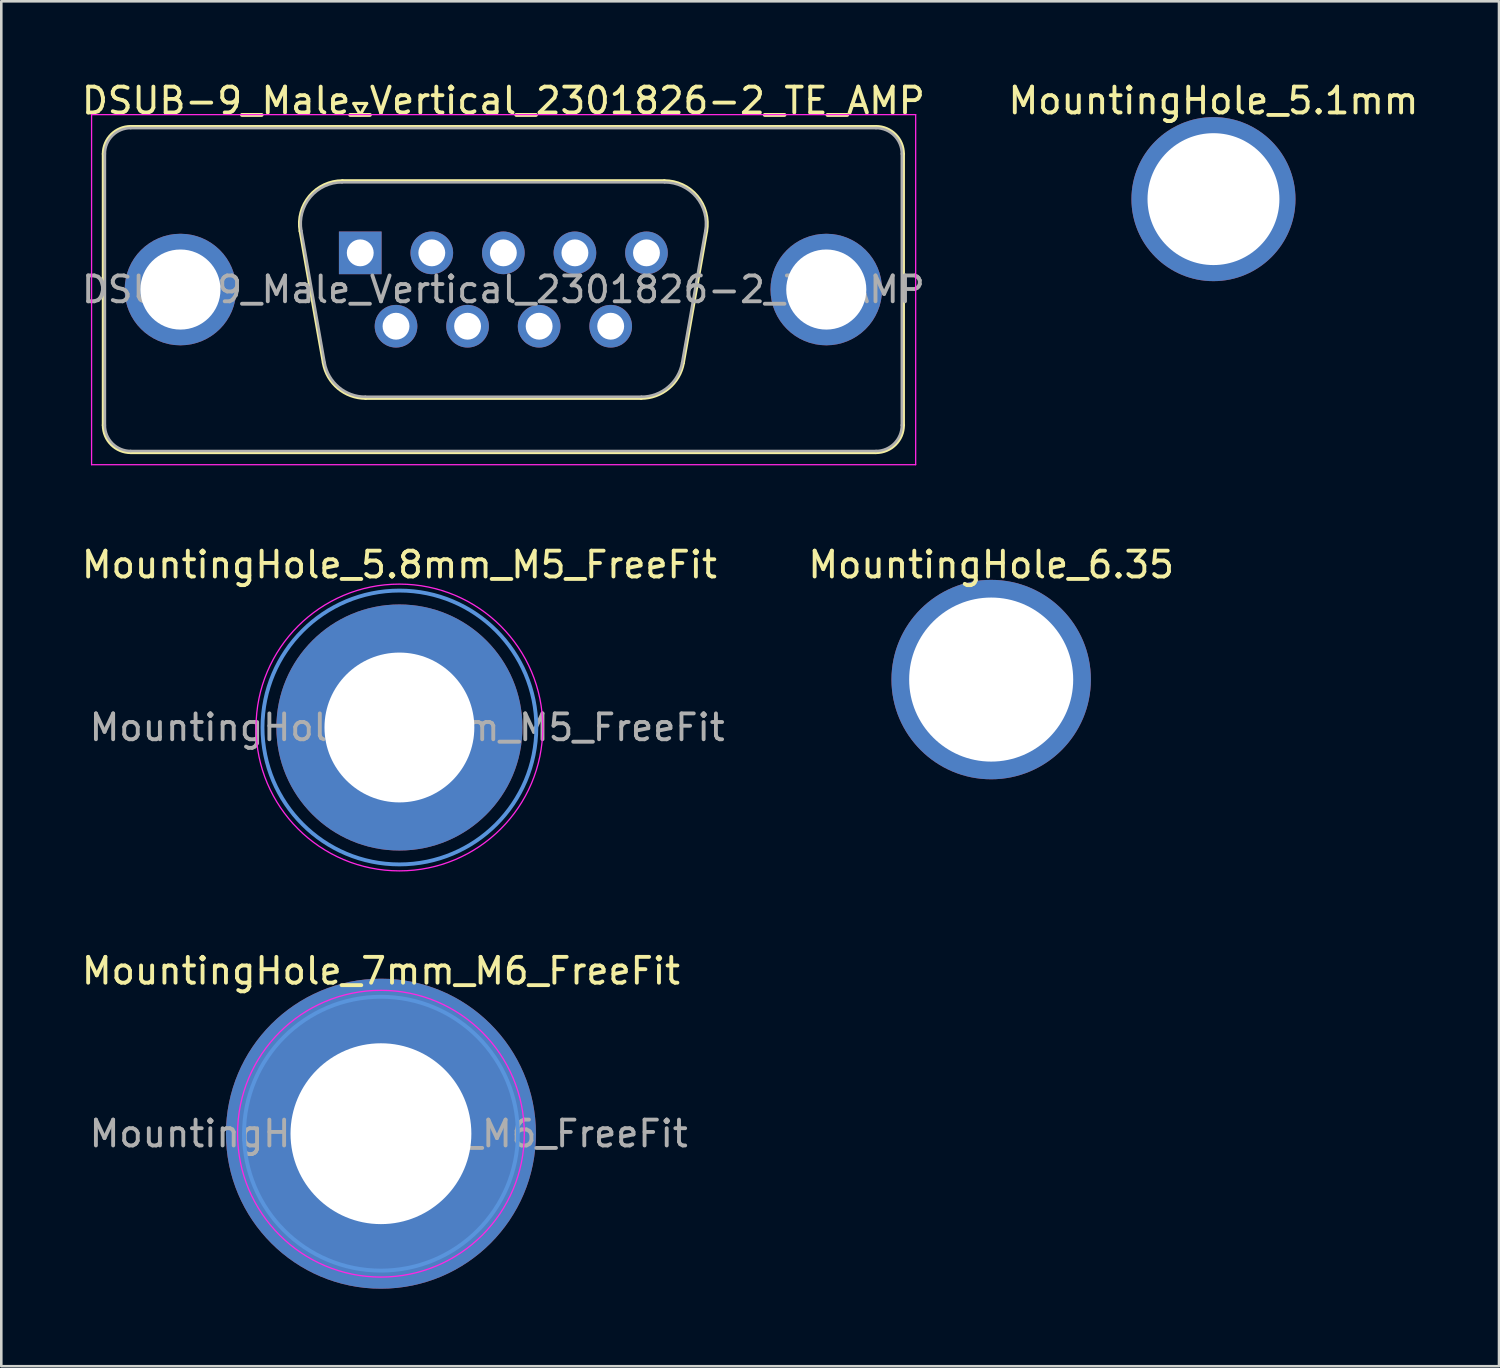
<source format=kicad_pcb>
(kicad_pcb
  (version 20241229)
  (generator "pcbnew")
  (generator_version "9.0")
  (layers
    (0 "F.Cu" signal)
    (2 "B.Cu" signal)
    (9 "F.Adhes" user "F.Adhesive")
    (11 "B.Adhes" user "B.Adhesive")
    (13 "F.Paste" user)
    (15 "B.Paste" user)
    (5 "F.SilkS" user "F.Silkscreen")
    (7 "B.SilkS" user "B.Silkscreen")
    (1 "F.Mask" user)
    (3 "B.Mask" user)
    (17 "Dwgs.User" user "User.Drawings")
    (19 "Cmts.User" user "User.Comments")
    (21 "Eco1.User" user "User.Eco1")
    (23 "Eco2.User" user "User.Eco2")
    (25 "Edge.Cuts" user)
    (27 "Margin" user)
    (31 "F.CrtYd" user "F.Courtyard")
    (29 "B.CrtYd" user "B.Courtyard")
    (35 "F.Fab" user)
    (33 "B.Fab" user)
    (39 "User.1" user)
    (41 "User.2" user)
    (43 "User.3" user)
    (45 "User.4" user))
  (footprint "DSUB-9_Male_Vertical_2301826-2_TE_AMP"
    (layer "F.Cu")
    (at 10.895 6.738)
    (property "Reference" "DSUB-9_Male_Vertical_2301826-2_TE_AMP" (at 5.54 -5.89 0) (layer "F.SilkS") (effects (font (size 1 1) (thickness 0.15))))
    (attr through_hole)
    (fp_line (start -9.945 6.67) (end -9.945 -3.83) (stroke (width 0.12) (type solid)) (layer "F.SilkS"))
    (fp_line (start -8.885 -4.89) (end 19.965 -4.89) (stroke (width 0.12) (type solid)) (layer "F.SilkS"))
    (fp_line (start -2.326 -0.842) (end -1.427 4.258) (stroke (width 0.12) (type solid)) (layer "F.SilkS"))
    (fp_line (start -0.692 -2.79) (end 11.772 -2.79) (stroke (width 0.12) (type solid)) (layer "F.SilkS"))
    (fp_line (start -0.25 -5.784) (end 0.25 -5.784) (stroke (width 0.12) (type solid)) (layer "F.SilkS"))
    (fp_line (start 0 -5.351) (end -0.25 -5.784) (stroke (width 0.12) (type solid)) (layer "F.SilkS"))
    (fp_line (start 0.208 5.63) (end 10.872 5.63) (stroke (width 0.12) (type solid)) (layer "F.SilkS"))
    (fp_line (start 0.25 -5.784) (end 0 -5.351) (stroke (width 0.12) (type solid)) (layer "F.SilkS"))
    (fp_line (start 13.406 -0.842) (end 12.507 4.258) (stroke (width 0.12) (type solid)) (layer "F.SilkS"))
    (fp_line (start 19.965 7.73) (end -8.885 7.73) (stroke (width 0.12) (type solid)) (layer "F.SilkS"))
    (fp_line (start 21.025 -3.83) (end 21.025 6.67) (stroke (width 0.12) (type solid)) (layer "F.SilkS"))
    (fp_arc (start -9.945 -3.83) (mid -9.634533 -4.579533) (end -8.885 -4.89) (stroke (width 0.12) (type solid)) (layer "F.SilkS"))
    (fp_arc (start -8.885 7.73) (mid -9.634533 7.419533) (end -9.945 6.67) (stroke (width 0.12) (type solid)) (layer "F.SilkS"))
    (fp_arc (start -2.32647 -0.841744) (mid -1.963323 -2.197028) (end -0.691689 -2.79) (stroke (width 0.12) (type solid)) (layer "F.SilkS"))
    (fp_arc (start 0.207579 5.63) (mid -0.859448 5.241634) (end -1.427202 4.258256) (stroke (width 0.12) (type solid)) (layer "F.SilkS"))
    (fp_arc (start 11.771689 -2.79) (mid 13.043323 -2.197027) (end 13.40647 -0.841744) (stroke (width 0.12) (type solid)) (layer "F.SilkS"))
    (fp_arc (start 12.507202 4.258256) (mid 11.939449 5.241634) (end 10.872421 5.63) (stroke (width 0.12) (type solid)) (layer "F.SilkS"))
    (fp_arc (start 19.965 -4.89) (mid 20.714533 -4.579533) (end 21.025 -3.83) (stroke (width 0.12) (type solid)) (layer "F.SilkS"))
    (fp_arc (start 21.025 6.67) (mid 20.714533 7.419533) (end 19.965 7.73) (stroke (width 0.12) (type solid)) (layer "F.SilkS"))
    (fp_line (start -10.4 -5.35) (end -10.4 8.2) (stroke (width 0.05) (type solid)) (layer "F.CrtYd"))
    (fp_line (start -10.4 8.2) (end 21.5 8.2) (stroke (width 0.05) (type solid)) (layer "F.CrtYd"))
    (fp_line (start 21.5 -5.35) (end -10.4 -5.35) (stroke (width 0.05) (type solid)) (layer "F.CrtYd"))
    (fp_line (start 21.5 8.2) (end 21.5 -5.35) (stroke (width 0.05) (type solid)) (layer "F.CrtYd"))
    (fp_line (start -9.885 6.67) (end -9.885 -3.83) (stroke (width 0.1) (type solid)) (layer "F.Fab"))
    (fp_line (start -8.885 -4.83) (end 19.965 -4.83) (stroke (width 0.1) (type solid)) (layer "F.Fab"))
    (fp_line (start -2.279 -0.852) (end -1.38 4.248) (stroke (width 0.1) (type solid)) (layer "F.Fab"))
    (fp_line (start -0.703 -2.73) (end 11.783 -2.73) (stroke (width 0.1) (type solid)) (layer "F.Fab"))
    (fp_line (start 0.196 5.57) (end 10.884 5.57) (stroke (width 0.1) (type solid)) (layer "F.Fab"))
    (fp_line (start 13.359 -0.852) (end 12.46 4.248) (stroke (width 0.1) (type solid)) (layer "F.Fab"))
    (fp_line (start 19.965 7.67) (end -8.885 7.67) (stroke (width 0.1) (type solid)) (layer "F.Fab"))
    (fp_line (start 20.965 -3.83) (end 20.965 6.67) (stroke (width 0.1) (type solid)) (layer "F.Fab"))
    (fp_arc (start -9.885 -3.83) (mid -9.592107 -4.537107) (end -8.885 -4.83) (stroke (width 0.1) (type solid)) (layer "F.Fab"))
    (fp_arc (start -8.885 7.67) (mid -9.592107 7.377107) (end -9.885 6.67) (stroke (width 0.1) (type solid)) (layer "F.Fab"))
    (fp_arc (start -2.278886 -0.852163) (mid -1.928865 -2.15846) (end -0.703194 -2.73) (stroke (width 0.1) (type solid)) (layer "F.Fab"))
    (fp_arc (start 0.196073 5.57) (mid -0.832387 5.195671) (end -1.379619 4.247837) (stroke (width 0.1) (type solid)) (layer "F.Fab"))
    (fp_arc (start 11.783194 -2.73) (mid 13.008865 -2.15846) (end 13.358886 -0.852163) (stroke (width 0.1) (type solid)) (layer "F.Fab"))
    (fp_arc (start 12.459619 4.247837) (mid 11.912387 5.195671) (end 10.883927 5.57) (stroke (width 0.1) (type solid)) (layer "F.Fab"))
    (fp_arc (start 19.965 -4.83) (mid 20.672107 -4.537107) (end 20.965 -3.83) (stroke (width 0.1) (type solid)) (layer "F.Fab"))
    (fp_arc (start 20.965 6.67) (mid 20.672107 7.377107) (end 19.965 7.67) (stroke (width 0.1) (type solid)) (layer "F.Fab"))
    (fp_text user "${REFERENCE}" (at 5.54 1.42 0) (layer "F.Fab") (effects (font (size 1 1) (thickness 0.15))))
    (pad "0" thru_hole circle (at -6.96 1.42) (size 4.318 4.318) (drill 3.1) (layers "*.Cu" "*.Mask"))
    (pad "0" thru_hole circle (at 18.04 1.42) (size 4.318 4.318) (drill 3.1) (layers "*.Cu" "*.Mask"))
    (pad "1" thru_hole rect (at 0 0) (size 1.651 1.651) (drill 1.04) (layers "*.Cu" "*.Mask"))
    (pad "2" thru_hole circle (at 2.77 0) (size 1.651 1.651) (drill 1.04) (layers "*.Cu" "*.Mask"))
    (pad "3" thru_hole circle (at 5.54 0) (size 1.651 1.651) (drill 1.04) (layers "*.Cu" "*.Mask"))
    (pad "4" thru_hole circle (at 8.31 0) (size 1.651 1.651) (drill 1.04) (layers "*.Cu" "*.Mask"))
    (pad "5" thru_hole circle (at 11.08 0) (size 1.651 1.651) (drill 1.04) (layers "*.Cu" "*.Mask"))
    (pad "6" thru_hole circle (at 1.385 2.84) (size 1.651 1.651) (drill 1.04) (layers "*.Cu" "*.Mask"))
    (pad "7" thru_hole circle (at 4.155 2.84) (size 1.651 1.651) (drill 1.04) (layers "*.Cu" "*.Mask"))
    (pad "8" thru_hole circle (at 6.925 2.84) (size 1.651 1.651) (drill 1.04) (layers "*.Cu" "*.Mask"))
    (pad "9" thru_hole circle (at 9.695 2.84) (size 1.651 1.651) (drill 1.04) (layers "*.Cu" "*.Mask")))
  (footprint "MountingHole_7mm_M6_FreeFit"
    (layer "F.Cu")
    (at 11.696 40.835)
    (property "Reference" "MountingHole_7mm_M6_FreeFit" (at 0 -6.3 0) (layer "F.SilkS") (effects (font (size 1 1) (thickness 0.15))))
    (attr exclude_from_pos_files exclude_from_bom)
    (fp_circle (center 0 0) (end 5.3 0) (stroke (width 0.15) (type solid)) (fill no) (layer "Cmts.User"))
    (fp_circle (center 0 0) (end 5.55 0) (stroke (width 0.05) (type solid)) (fill no) (layer "F.CrtYd"))
    (fp_text user "${REFERENCE}" (at 0.3 0 0) (layer "F.Fab") (effects (font (size 1 1) (thickness 0.15))))
    (pad "1" thru_hole circle (at 0 0) (size 12 12) (drill 7) (layers "*.Cu" "*.Mask")))
  (footprint "MountingHole_5.8mm_M5_FreeFit"
    (layer "F.Cu")
    (at 12.411 25.111)
    (property "Reference" "MountingHole_5.8mm_M5_FreeFit" (at 0 -6.3 0) (layer "F.SilkS") (effects (font (size 1 1) (thickness 0.15))))
    (attr exclude_from_pos_files exclude_from_bom)
    (fp_circle (center 0 0) (end 5.3 0) (stroke (width 0.15) (type solid)) (fill no) (layer "Cmts.User"))
    (fp_circle (center 0 0) (end 5.55 0) (stroke (width 0.05) (type solid)) (fill no) (layer "F.CrtYd"))
    (fp_text user "${REFERENCE}" (at 0.3 0 0) (layer "F.Fab") (effects (font (size 1 1) (thickness 0.15))))
    (pad "1" thru_hole circle (at 0 0) (size 9.525 9.525) (drill 5.8) (layers "*.Cu" "*.Mask")))
  (footprint "MountingHole_5.1mm"
    (layer "F.Cu")
    (at 43.923 4.658)
    (property "Reference" "MountingHole_5.1mm" (at 0 -3.81 0) (layer "F.SilkS") (effects (font (size 1 1) (thickness 0.15))))
    (attr through_hole)
    (pad "1" thru_hole circle (at 0 0) (size 6.35 6.35) (drill 5.105) (layers "*.Cu" "*.Mask")))
  (footprint "MountingHole_6.35"
    (layer "F.Cu")
    (at 35.318 23.256)
    (property "Reference" "MountingHole_6.35" (at 0 -4.445 0) (layer "F.SilkS") (effects (font (size 1 1) (thickness 0.15))))
    (attr through_hole)
    (pad "1" thru_hole circle (at 0 0) (size 7.72 7.72) (drill 6.35) (layers "*.Cu" "*.Mask")))
  (gr_rect
    (start -3 -3)
    (end 54.976 49.835)
    (stroke (width 0.1) (type default))
    (fill no)
    (layer "Edge.Cuts")))
</source>
